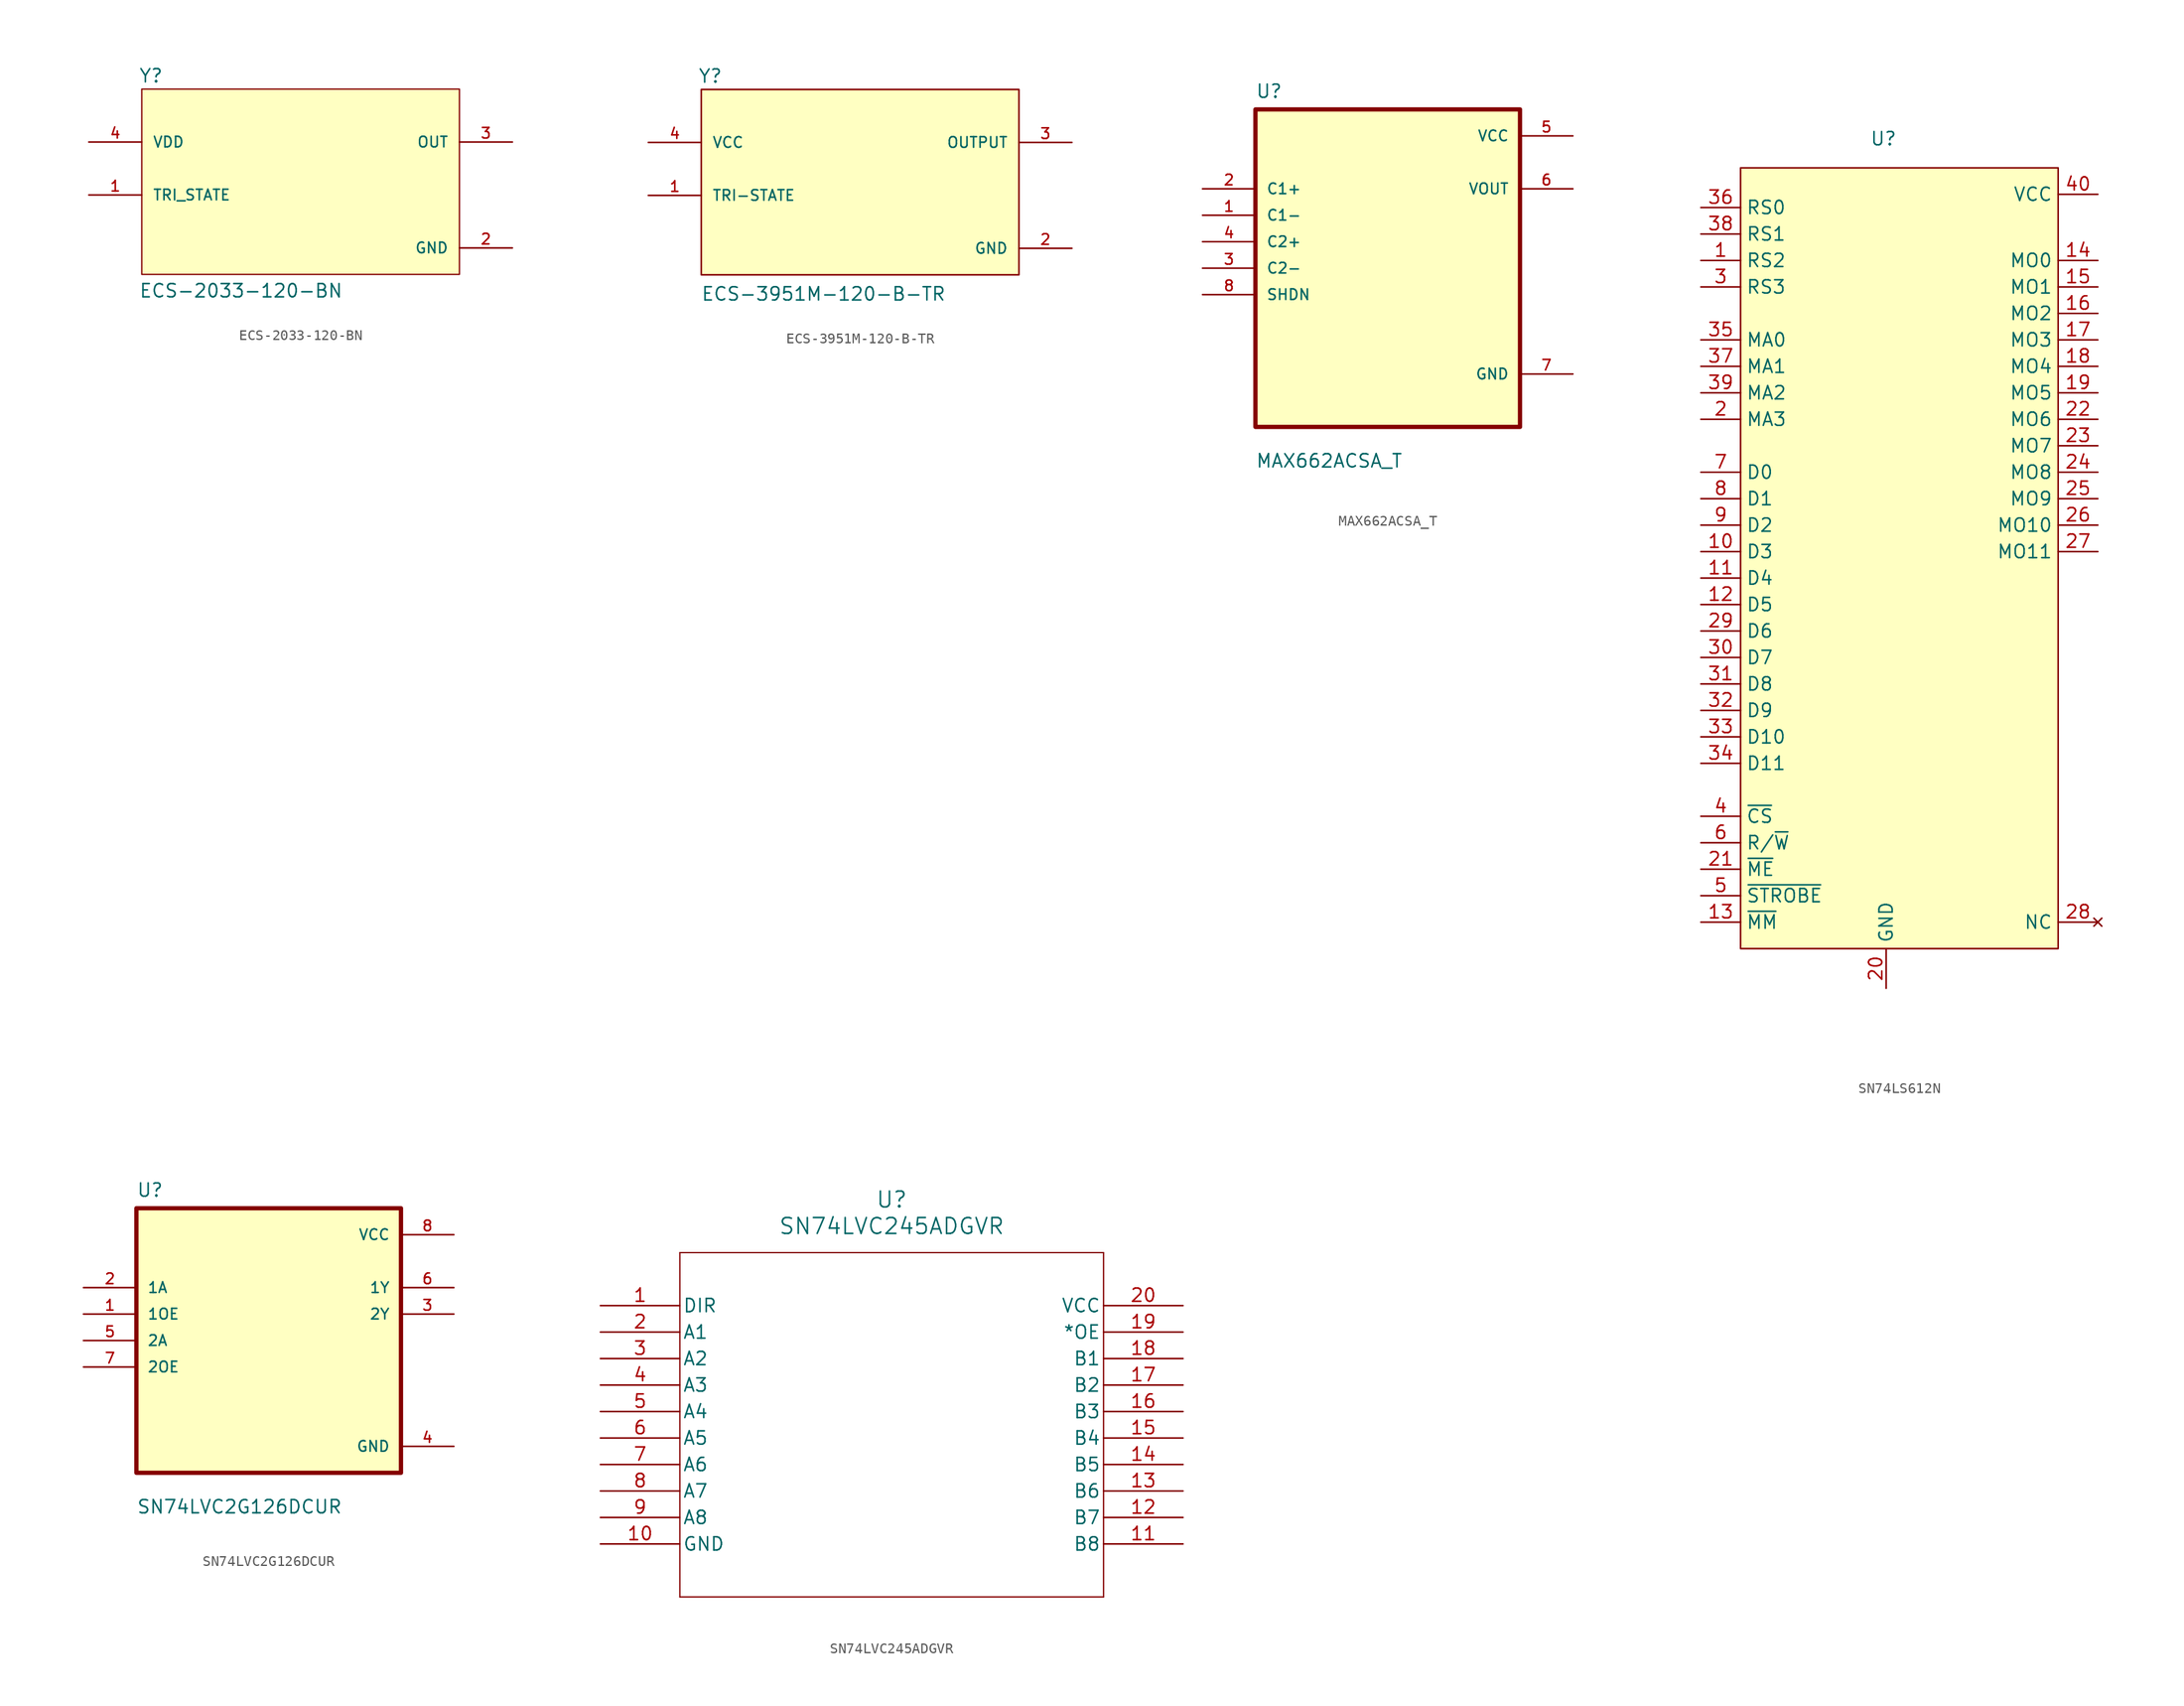
<source format=kicad_sym>
(kicad_symbol_lib
  (version 20241209)
  (generator "kicad_symbol_editor")
  (generator_version "9.0")
  (symbol "ECS-2033-120-BN"
    (pin_names
      (offset 1.016))
    (property "Reference" "Y"
      (at -15.539 8.152 0)
      (effects (font (size 1.27 1.27)) (justify left bottom)))
    (property "Value" "ECS-2033-120-BN"
      (at -15.526 -12.472 0)
      (effects (font (size 1.27 1.27)) (justify left bottom)))
    (symbol "ECS-2033-120-BN_0_0"
      (rectangle (start -15.24 -10.16) (end 15.24 7.62) (stroke (width 0.127) (type default)) (fill (type background)))
      (pin input line (at -20.32 2.54 0) (length 5.08) (name "VDD" (effects (font (size 1.016 1.016)))) (number "4" (effects (font (size 1.016 1.016)))))
      (pin input line (at -20.32 -2.54 0) (length 5.08) (name "TRI_STATE" (effects (font (size 1.016 1.016)))) (number "1" (effects (font (size 1.016 1.016)))))
      (pin output line (at 20.32 2.54 180) (length 5.08) (name "OUT" (effects (font (size 1.016 1.016)))) (number "3" (effects (font (size 1.016 1.016)))))
      (pin power_in line (at 20.32 -7.62 180) (length 5.08) (name "GND" (effects (font (size 1.016 1.016)))) (number "2" (effects (font (size 1.016 1.016)))))))
  (symbol "ECS-3951M-120-B-TR"
    (pin_names
      (offset 1.016))
    (property "Reference" "Y"
      (at -15.56 8.163 0)
      (effects (font (size 1.27 1.27)) (justify left bottom)))
    (property "Value" "ECS-3951M-120-B-TR"
      (at -15.281 -12.735 0)
      (effects (font (size 1.27 1.27)) (justify left bottom)))
    (symbol "ECS-3951M-120-B-TR_0_0"
      (rectangle (start -15.24 -10.16) (end 15.24 7.62) (stroke (width 0.152) (type default)) (fill (type background)))
      (pin input line (at -20.32 2.54 0) (length 5.08) (name "VCC" (effects (font (size 1.016 1.016)))) (number "4" (effects (font (size 1.016 1.016)))))
      (pin input line (at -20.32 -2.54 0) (length 5.08) (name "TRI-STATE" (effects (font (size 1.016 1.016)))) (number "1" (effects (font (size 1.016 1.016)))))
      (pin output line (at 20.32 2.54 180) (length 5.08) (name "OUTPUT" (effects (font (size 1.016 1.016)))) (number "3" (effects (font (size 1.016 1.016)))))
      (pin power_in line (at 20.32 -7.62 180) (length 5.08) (name "GND" (effects (font (size 1.016 1.016)))) (number "2" (effects (font (size 1.016 1.016)))))))
  (symbol "MAX662ACSA_T"
    (pin_names
      (offset 1.016))
    (property "Reference" "U"
      (at -12.7 16.24 0)
      (effects (font (size 1.27 1.27)) (justify left bottom)))
    (property "Value" "MAX662ACSA_T"
      (at -12.7 -19.24 0)
      (effects (font (size 1.27 1.27)) (justify left bottom)))
    (symbol "MAX662ACSA_T_0_0"
      (rectangle (start -12.7 -15.24) (end 12.7 15.24) (stroke (width 0.41) (type default)) (fill (type background)))
      (pin input line (at -17.78 7.62 0) (length 5.08) (name "C1+" (effects (font (size 1.016 1.016)))) (number "2" (effects (font (size 1.016 1.016)))))
      (pin input line (at -17.78 5.08 0) (length 5.08) (name "C1-" (effects (font (size 1.016 1.016)))) (number "1" (effects (font (size 1.016 1.016)))))
      (pin input line (at -17.78 2.54 0) (length 5.08) (name "C2+" (effects (font (size 1.016 1.016)))) (number "4" (effects (font (size 1.016 1.016)))))
      (pin input line (at -17.78 0 0) (length 5.08) (name "C2-" (effects (font (size 1.016 1.016)))) (number "3" (effects (font (size 1.016 1.016)))))
      (pin input line (at -17.78 -2.54 0) (length 5.08) (name "SHDN" (effects (font (size 1.016 1.016)))) (number "8" (effects (font (size 1.016 1.016)))))
      (pin power_in line (at 17.78 12.7 180) (length 5.08) (name "VCC" (effects (font (size 1.016 1.016)))) (number "5" (effects (font (size 1.016 1.016)))))
      (pin output line (at 17.78 7.62 180) (length 5.08) (name "VOUT" (effects (font (size 1.016 1.016)))) (number "6" (effects (font (size 1.016 1.016)))))
      (pin power_in line (at 17.78 -10.16 180) (length 5.08) (name "GND" (effects (font (size 1.016 1.016)))) (number "7" (effects (font (size 1.016 1.016)))))))
  (symbol "SN74LS612N"
    (property "Reference" "U"
      (at -0.254 0.254 0)
      (effects (font (size 1.27 1.27))))
    (property "Value" ""
      (at -0.254 -1.27 0)
      (effects (font (size 1.27 1.27))))
    (symbol "SN74LS612N_1_1"
      (rectangle (start -13.97 -2.54) (end 16.51 -77.47) (stroke (width 0) (type solid)) (fill (type background)))
      (pin input line (at -17.78 -6.35 0) (length 3.81) (name "RS0" (effects (font (size 1.27 1.27)))) (number "36" (effects (font (size 1.27 1.27)))))
      (pin input line (at -17.78 -8.89 0) (length 3.81) (name "RS1" (effects (font (size 1.27 1.27)))) (number "38" (effects (font (size 1.27 1.27)))))
      (pin input line (at -17.78 -11.43 0) (length 3.81) (name "RS2" (effects (font (size 1.27 1.27)))) (number "1" (effects (font (size 1.27 1.27)))))
      (pin input line (at -17.78 -13.97 0) (length 3.81) (name "RS3" (effects (font (size 1.27 1.27)))) (number "3" (effects (font (size 1.27 1.27)))))
      (pin input line (at -17.78 -19.05 0) (length 3.81) (name "MA0" (effects (font (size 1.27 1.27)))) (number "35" (effects (font (size 1.27 1.27)))))
      (pin input line (at -17.78 -21.59 0) (length 3.81) (name "MA1" (effects (font (size 1.27 1.27)))) (number "37" (effects (font (size 1.27 1.27)))))
      (pin input line (at -17.78 -24.13 0) (length 3.81) (name "MA2" (effects (font (size 1.27 1.27)))) (number "39" (effects (font (size 1.27 1.27)))))
      (pin input line (at -17.78 -26.67 0) (length 3.81) (name "MA3" (effects (font (size 1.27 1.27)))) (number "2" (effects (font (size 1.27 1.27)))))
      (pin bidirectional line (at -17.78 -31.75 0) (length 3.81) (name "D0" (effects (font (size 1.27 1.27)))) (number "7" (effects (font (size 1.27 1.27)))))
      (pin bidirectional line (at -17.78 -34.29 0) (length 3.81) (name "D1" (effects (font (size 1.27 1.27)))) (number "8" (effects (font (size 1.27 1.27)))))
      (pin bidirectional line (at -17.78 -36.83 0) (length 3.81) (name "D2" (effects (font (size 1.27 1.27)))) (number "9" (effects (font (size 1.27 1.27)))))
      (pin bidirectional line (at -17.78 -39.37 0) (length 3.81) (name "D3" (effects (font (size 1.27 1.27)))) (number "10" (effects (font (size 1.27 1.27)))))
      (pin bidirectional line (at -17.78 -41.91 0) (length 3.81) (name "D4" (effects (font (size 1.27 1.27)))) (number "11" (effects (font (size 1.27 1.27)))))
      (pin bidirectional line (at -17.78 -44.45 0) (length 3.81) (name "D5" (effects (font (size 1.27 1.27)))) (number "12" (effects (font (size 1.27 1.27)))))
      (pin bidirectional line (at -17.78 -46.99 0) (length 3.81) (name "D6" (effects (font (size 1.27 1.27)))) (number "29" (effects (font (size 1.27 1.27)))))
      (pin bidirectional line (at -17.78 -49.53 0) (length 3.81) (name "D7" (effects (font (size 1.27 1.27)))) (number "30" (effects (font (size 1.27 1.27)))))
      (pin bidirectional line (at -17.78 -52.07 0) (length 3.81) (name "D8" (effects (font (size 1.27 1.27)))) (number "31" (effects (font (size 1.27 1.27)))))
      (pin bidirectional line (at -17.78 -54.61 0) (length 3.81) (name "D9" (effects (font (size 1.27 1.27)))) (number "32" (effects (font (size 1.27 1.27)))))
      (pin bidirectional line (at -17.78 -57.15 0) (length 3.81) (name "D10" (effects (font (size 1.27 1.27)))) (number "33" (effects (font (size 1.27 1.27)))))
      (pin bidirectional line (at -17.78 -59.69 0) (length 3.81) (name "D11" (effects (font (size 1.27 1.27)))) (number "34" (effects (font (size 1.27 1.27)))))
      (pin input line (at -17.78 -64.77 0) (length 3.81) (name "~{CS}" (effects (font (size 1.27 1.27)))) (number "4" (effects (font (size 1.27 1.27)))))
      (pin input line (at -17.78 -67.31 0) (length 3.81) (name "R/~{W}" (effects (font (size 1.27 1.27)))) (number "6" (effects (font (size 1.27 1.27)))))
      (pin input line (at -17.78 -69.85 0) (length 3.81) (name "~{ME}" (effects (font (size 1.27 1.27)))) (number "21" (effects (font (size 1.27 1.27)))))
      (pin input line (at -17.78 -72.39 0) (length 3.81) (name "~{STROBE}" (effects (font (size 1.27 1.27)))) (number "5" (effects (font (size 1.27 1.27)))))
      (pin input line (at -17.78 -74.93 0) (length 3.81) (name "~{MM}" (effects (font (size 1.27 1.27)))) (number "13" (effects (font (size 1.27 1.27)))))
      (pin power_out line (at 0 -81.28 90) (length 3.81) (name "GND" (effects (font (size 1.27 1.27)))) (number "20" (effects (font (size 1.27 1.27)))))
      (pin power_in line (at 20.32 -5.08 180) (length 3.81) (name "VCC" (effects (font (size 1.27 1.27)))) (number "40" (effects (font (size 1.27 1.27)))))
      (pin output line (at 20.32 -11.43 180) (length 3.81) (name "MO0" (effects (font (size 1.27 1.27)))) (number "14" (effects (font (size 1.27 1.27)))))
      (pin output line (at 20.32 -13.97 180) (length 3.81) (name "MO1" (effects (font (size 1.27 1.27)))) (number "15" (effects (font (size 1.27 1.27)))))
      (pin output line (at 20.32 -16.51 180) (length 3.81) (name "MO2" (effects (font (size 1.27 1.27)))) (number "16" (effects (font (size 1.27 1.27)))))
      (pin output line (at 20.32 -19.05 180) (length 3.81) (name "MO3" (effects (font (size 1.27 1.27)))) (number "17" (effects (font (size 1.27 1.27)))))
      (pin output line (at 20.32 -21.59 180) (length 3.81) (name "MO4" (effects (font (size 1.27 1.27)))) (number "18" (effects (font (size 1.27 1.27)))))
      (pin output line (at 20.32 -24.13 180) (length 3.81) (name "MO5" (effects (font (size 1.27 1.27)))) (number "19" (effects (font (size 1.27 1.27)))))
      (pin output line (at 20.32 -26.67 180) (length 3.81) (name "MO6" (effects (font (size 1.27 1.27)))) (number "22" (effects (font (size 1.27 1.27)))))
      (pin output line (at 20.32 -29.21 180) (length 3.81) (name "MO7" (effects (font (size 1.27 1.27)))) (number "23" (effects (font (size 1.27 1.27)))))
      (pin output line (at 20.32 -31.75 180) (length 3.81) (name "MO8" (effects (font (size 1.27 1.27)))) (number "24" (effects (font (size 1.27 1.27)))))
      (pin output line (at 20.32 -34.29 180) (length 3.81) (name "MO9" (effects (font (size 1.27 1.27)))) (number "25" (effects (font (size 1.27 1.27)))))
      (pin output line (at 20.32 -36.83 180) (length 3.81) (name "MO10" (effects (font (size 1.27 1.27)))) (number "26" (effects (font (size 1.27 1.27)))))
      (pin output line (at 20.32 -39.37 180) (length 3.81) (name "MO11" (effects (font (size 1.27 1.27)))) (number "27" (effects (font (size 1.27 1.27)))))
      (pin no_connect line (at 20.32 -74.93 180) (length 3.81) (name "NC" (effects (font (size 1.27 1.27)))) (number "28" (effects (font (size 1.27 1.27)))))))
  (symbol "SN74LVC2G126DCUR"
    (pin_names
      (offset 1.016))
    (property "Reference" "U"
      (at -12.7 13.7 0)
      (effects (font (size 1.27 1.27)) (justify left bottom)))
    (property "Value" "SN74LVC2G126DCUR"
      (at -12.7 -16.7 0)
      (effects (font (size 1.27 1.27)) (justify left bottom)))
    (symbol "SN74LVC2G126DCUR_0_0"
      (rectangle (start -12.7 -12.7) (end 12.7 12.7) (stroke (width 0.41) (type default)) (fill (type background)))
      (pin input line (at -17.78 5.08 0) (length 5.08) (name "1A" (effects (font (size 1.016 1.016)))) (number "2" (effects (font (size 1.016 1.016)))))
      (pin input line (at -17.78 2.54 0) (length 5.08) (name "1OE" (effects (font (size 1.016 1.016)))) (number "1" (effects (font (size 1.016 1.016)))))
      (pin input line (at -17.78 0 0) (length 5.08) (name "2A" (effects (font (size 1.016 1.016)))) (number "5" (effects (font (size 1.016 1.016)))))
      (pin input line (at -17.78 -2.54 0) (length 5.08) (name "2OE" (effects (font (size 1.016 1.016)))) (number "7" (effects (font (size 1.016 1.016)))))
      (pin power_in line (at 17.78 10.16 180) (length 5.08) (name "VCC" (effects (font (size 1.016 1.016)))) (number "8" (effects (font (size 1.016 1.016)))))
      (pin output line (at 17.78 5.08 180) (length 5.08) (name "1Y" (effects (font (size 1.016 1.016)))) (number "6" (effects (font (size 1.016 1.016)))))
      (pin output line (at 17.78 2.54 180) (length 5.08) (name "2Y" (effects (font (size 1.016 1.016)))) (number "3" (effects (font (size 1.016 1.016)))))
      (pin power_in line (at 17.78 -10.16 180) (length 5.08) (name "GND" (effects (font (size 1.016 1.016)))) (number "4" (effects (font (size 1.016 1.016)))))))
  (symbol "SN74LVC245ADGVR"
    (pin_names
      (offset 0.254))
    (property "Reference" "U"
      (at 27.94 10.16 0)
      (effects (font (size 1.524 1.524))))
    (property "Value" "SN74LVC245ADGVR"
      (at 27.94 7.62 0)
      (effects (font (size 1.524 1.524))))
    (property "ki_locked" ""
      (at 0 0 0)
      (effects (font (size 1.27 1.27))))
    (symbol "SN74LVC245ADGVR_0_1"
      (polyline (pts (xy 7.62 5.08) (xy 7.62 -27.94)) (stroke (width 0.127) (type default)) (fill (type none)))
      (polyline (pts (xy 7.62 -27.94) (xy 48.26 -27.94)) (stroke (width 0.127) (type default)) (fill (type none)))
      (polyline (pts (xy 48.26 5.08) (xy 7.62 5.08)) (stroke (width 0.127) (type default)) (fill (type none)))
      (polyline (pts (xy 48.26 -27.94) (xy 48.26 5.08)) (stroke (width 0.127) (type default)) (fill (type none)))
      (pin input line (at 0 0 0) (length 7.62) (name "DIR" (effects (font (size 1.27 1.27)))) (number "1" (effects (font (size 1.27 1.27)))))
      (pin bidirectional line (at 0 -2.54 0) (length 7.62) (name "A1" (effects (font (size 1.27 1.27)))) (number "2" (effects (font (size 1.27 1.27)))))
      (pin bidirectional line (at 0 -5.08 0) (length 7.62) (name "A2" (effects (font (size 1.27 1.27)))) (number "3" (effects (font (size 1.27 1.27)))))
      (pin bidirectional line (at 0 -7.62 0) (length 7.62) (name "A3" (effects (font (size 1.27 1.27)))) (number "4" (effects (font (size 1.27 1.27)))))
      (pin bidirectional line (at 0 -10.16 0) (length 7.62) (name "A4" (effects (font (size 1.27 1.27)))) (number "5" (effects (font (size 1.27 1.27)))))
      (pin bidirectional line (at 0 -12.7 0) (length 7.62) (name "A5" (effects (font (size 1.27 1.27)))) (number "6" (effects (font (size 1.27 1.27)))))
      (pin bidirectional line (at 0 -15.24 0) (length 7.62) (name "A6" (effects (font (size 1.27 1.27)))) (number "7" (effects (font (size 1.27 1.27)))))
      (pin bidirectional line (at 0 -17.78 0) (length 7.62) (name "A7" (effects (font (size 1.27 1.27)))) (number "8" (effects (font (size 1.27 1.27)))))
      (pin bidirectional line (at 0 -20.32 0) (length 7.62) (name "A8" (effects (font (size 1.27 1.27)))) (number "9" (effects (font (size 1.27 1.27)))))
      (pin power_in line (at 0 -22.86 0) (length 7.62) (name "GND" (effects (font (size 1.27 1.27)))) (number "10" (effects (font (size 1.27 1.27)))))
      (pin power_in line (at 55.88 0 180) (length 7.62) (name "VCC" (effects (font (size 1.27 1.27)))) (number "20" (effects (font (size 1.27 1.27)))))
      (pin input line (at 55.88 -2.54 180) (length 7.62) (name "*OE" (effects (font (size 1.27 1.27)))) (number "19" (effects (font (size 1.27 1.27)))))
      (pin bidirectional line (at 55.88 -5.08 180) (length 7.62) (name "B1" (effects (font (size 1.27 1.27)))) (number "18" (effects (font (size 1.27 1.27)))))
      (pin bidirectional line (at 55.88 -7.62 180) (length 7.62) (name "B2" (effects (font (size 1.27 1.27)))) (number "17" (effects (font (size 1.27 1.27)))))
      (pin bidirectional line (at 55.88 -10.16 180) (length 7.62) (name "B3" (effects (font (size 1.27 1.27)))) (number "16" (effects (font (size 1.27 1.27)))))
      (pin bidirectional line (at 55.88 -12.7 180) (length 7.62) (name "B4" (effects (font (size 1.27 1.27)))) (number "15" (effects (font (size 1.27 1.27)))))
      (pin bidirectional line (at 55.88 -15.24 180) (length 7.62) (name "B5" (effects (font (size 1.27 1.27)))) (number "14" (effects (font (size 1.27 1.27)))))
      (pin bidirectional line (at 55.88 -17.78 180) (length 7.62) (name "B6" (effects (font (size 1.27 1.27)))) (number "13" (effects (font (size 1.27 1.27)))))
      (pin bidirectional line (at 55.88 -20.32 180) (length 7.62) (name "B7" (effects (font (size 1.27 1.27)))) (number "12" (effects (font (size 1.27 1.27)))))
      (pin bidirectional line (at 55.88 -22.86 180) (length 7.62) (name "B8" (effects (font (size 1.27 1.27)))) (number "11" (effects (font (size 1.27 1.27))))))))
</source>
